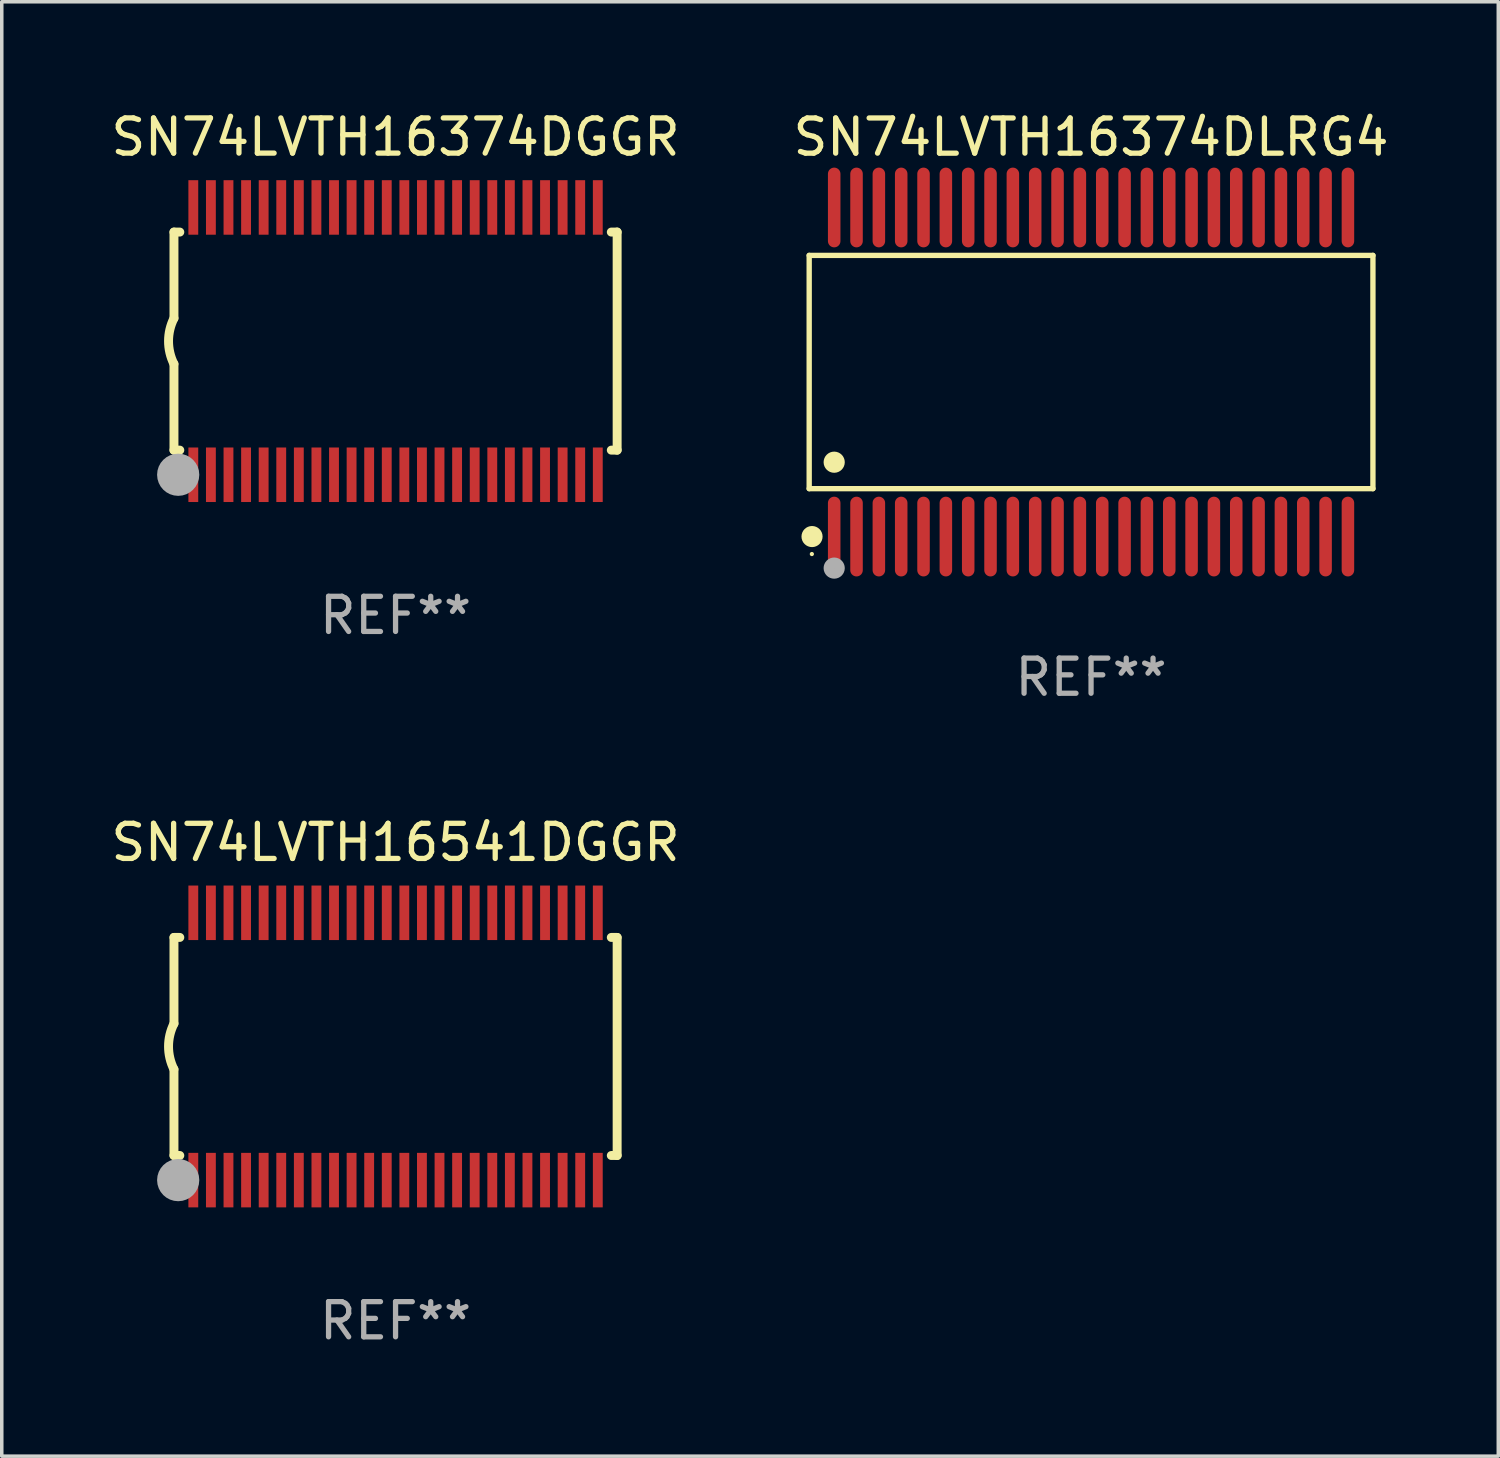
<source format=kicad_pcb>
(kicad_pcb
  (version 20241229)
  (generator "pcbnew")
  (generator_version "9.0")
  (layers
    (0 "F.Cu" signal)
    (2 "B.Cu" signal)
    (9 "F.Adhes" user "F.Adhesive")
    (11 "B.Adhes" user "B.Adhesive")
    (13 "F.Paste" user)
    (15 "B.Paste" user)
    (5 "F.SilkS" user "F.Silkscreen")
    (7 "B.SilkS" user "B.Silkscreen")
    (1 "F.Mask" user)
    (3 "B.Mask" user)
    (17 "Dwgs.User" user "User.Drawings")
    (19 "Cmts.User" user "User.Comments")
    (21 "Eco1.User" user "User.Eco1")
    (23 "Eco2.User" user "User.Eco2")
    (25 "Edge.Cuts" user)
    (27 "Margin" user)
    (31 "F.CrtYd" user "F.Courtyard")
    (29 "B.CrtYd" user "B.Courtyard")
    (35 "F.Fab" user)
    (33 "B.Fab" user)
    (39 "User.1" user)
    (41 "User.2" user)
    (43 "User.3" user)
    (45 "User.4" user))
  (footprint "SN74LVTH16374DGGR"
    (layer "F.Cu")
    (at 8.196 6.648)
    (property "Reference" "SN74LVTH16374DGGR" (at 0 -5.8 0) (layer "F.SilkS") (effects (font (size 1 1) (thickness 0.15))))
    (attr through_hole)
    (fp_line (start -6.3 -3.1) (end -6.3 -0.65) (stroke (width 0.254) (type solid)) (layer "F.SilkS"))
    (fp_line (start -6.3 -3.1) (end -6.134 -3.1) (stroke (width 0.254) (type solid)) (layer "F.SilkS"))
    (fp_line (start -6.3 3.1) (end -6.3 0.65) (stroke (width 0.254) (type solid)) (layer "F.SilkS"))
    (fp_line (start -6.3 3.1) (end -6.134 3.1) (stroke (width 0.254) (type solid)) (layer "F.SilkS"))
    (fp_line (start 6.134 -3.1) (end 6.3 -3.1) (stroke (width 0.254) (type solid)) (layer "F.SilkS"))
    (fp_line (start 6.134 3.1) (end 6.3 3.1) (stroke (width 0.254) (type solid)) (layer "F.SilkS"))
    (fp_line (start 6.3 -3.1) (end 6.3 3.1) (stroke (width 0.254) (type solid)) (layer "F.SilkS"))
    (fp_arc (start -6.301016 0.650114) (mid -6.45413 -0.000082) (end -6.3 -0.650038) (stroke (width 0.254001) (type solid)) (layer "F.SilkS"))
    (fp_circle (center -6.35 3.81) (end -6.223 3.81) (stroke (width 0.254) (type solid)) (fill no) (layer "F.SilkS"))
    (fp_circle (center -6.25 4.05) (end -6.22 4.05) (stroke (width 0.06) (type solid)) (fill no) (layer "F.SilkS"))
    (fp_circle (center -6.18 3.8) (end -5.88 3.8) (stroke (width 0.6) (type solid)) (fill no) (layer "F.Fab"))
    (fp_text user "REF**" (at 0 7.8 0) (layer "F.Fab") (effects (font (size 1 1) (thickness 0.15))))
    (pad "1" smd rect (at -5.75 3.8) (size 0.28 1.55) (layers "F.Cu" "F.Mask" "F.Paste"))
    (pad "2" smd rect (at -5.25 3.8) (size 0.28 1.55) (layers "F.Cu" "F.Mask" "F.Paste"))
    (pad "3" smd rect (at -4.75 3.8) (size 0.28 1.55) (layers "F.Cu" "F.Mask" "F.Paste"))
    (pad "4" smd rect (at -4.25 3.8) (size 0.28 1.55) (layers "F.Cu" "F.Mask" "F.Paste"))
    (pad "5" smd rect (at -3.75 3.8) (size 0.28 1.55) (layers "F.Cu" "F.Mask" "F.Paste"))
    (pad "6" smd rect (at -3.25 3.8) (size 0.28 1.55) (layers "F.Cu" "F.Mask" "F.Paste"))
    (pad "7" smd rect (at -2.75 3.8) (size 0.28 1.55) (layers "F.Cu" "F.Mask" "F.Paste"))
    (pad "8" smd rect (at -2.25 3.8) (size 0.28 1.55) (layers "F.Cu" "F.Mask" "F.Paste"))
    (pad "9" smd rect (at -1.75 3.8) (size 0.28 1.55) (layers "F.Cu" "F.Mask" "F.Paste"))
    (pad "10" smd rect (at -1.25 3.8) (size 0.28 1.55) (layers "F.Cu" "F.Mask" "F.Paste"))
    (pad "11" smd rect (at -0.75 3.8) (size 0.28 1.55) (layers "F.Cu" "F.Mask" "F.Paste"))
    (pad "12" smd rect (at -0.25 3.8) (size 0.28 1.55) (layers "F.Cu" "F.Mask" "F.Paste"))
    (pad "13" smd rect (at 0.25 3.8) (size 0.28 1.55) (layers "F.Cu" "F.Mask" "F.Paste"))
    (pad "14" smd rect (at 0.75 3.8) (size 0.28 1.55) (layers "F.Cu" "F.Mask" "F.Paste"))
    (pad "15" smd rect (at 1.25 3.8) (size 0.28 1.55) (layers "F.Cu" "F.Mask" "F.Paste"))
    (pad "16" smd rect (at 1.75 3.8) (size 0.28 1.55) (layers "F.Cu" "F.Mask" "F.Paste"))
    (pad "17" smd rect (at 2.25 3.8) (size 0.28 1.55) (layers "F.Cu" "F.Mask" "F.Paste"))
    (pad "18" smd rect (at 2.75 3.8) (size 0.28 1.55) (layers "F.Cu" "F.Mask" "F.Paste"))
    (pad "19" smd rect (at 3.25 3.8) (size 0.28 1.55) (layers "F.Cu" "F.Mask" "F.Paste"))
    (pad "20" smd rect (at 3.75 3.8) (size 0.28 1.55) (layers "F.Cu" "F.Mask" "F.Paste"))
    (pad "21" smd rect (at 4.25 3.8) (size 0.28 1.55) (layers "F.Cu" "F.Mask" "F.Paste"))
    (pad "22" smd rect (at 4.75 3.8) (size 0.28 1.55) (layers "F.Cu" "F.Mask" "F.Paste"))
    (pad "23" smd rect (at 5.25 3.8) (size 0.28 1.55) (layers "F.Cu" "F.Mask" "F.Paste"))
    (pad "24" smd rect (at 5.75 3.8) (size 0.28 1.55) (layers "F.Cu" "F.Mask" "F.Paste"))
    (pad "25" smd rect (at 5.75 -3.8) (size 0.28 1.55) (layers "F.Cu" "F.Mask" "F.Paste"))
    (pad "26" smd rect (at 5.25 -3.8) (size 0.28 1.55) (layers "F.Cu" "F.Mask" "F.Paste"))
    (pad "27" smd rect (at 4.75 -3.8) (size 0.28 1.55) (layers "F.Cu" "F.Mask" "F.Paste"))
    (pad "28" smd rect (at 4.25 -3.8) (size 0.28 1.55) (layers "F.Cu" "F.Mask" "F.Paste"))
    (pad "29" smd rect (at 3.75 -3.8) (size 0.28 1.55) (layers "F.Cu" "F.Mask" "F.Paste"))
    (pad "30" smd rect (at 3.25 -3.8) (size 0.28 1.55) (layers "F.Cu" "F.Mask" "F.Paste"))
    (pad "31" smd rect (at 2.75 -3.8) (size 0.28 1.55) (layers "F.Cu" "F.Mask" "F.Paste"))
    (pad "32" smd rect (at 2.25 -3.8) (size 0.28 1.55) (layers "F.Cu" "F.Mask" "F.Paste"))
    (pad "33" smd rect (at 1.75 -3.8) (size 0.28 1.55) (layers "F.Cu" "F.Mask" "F.Paste"))
    (pad "34" smd rect (at 1.25 -3.8) (size 0.28 1.55) (layers "F.Cu" "F.Mask" "F.Paste"))
    (pad "35" smd rect (at 0.75 -3.8) (size 0.28 1.55) (layers "F.Cu" "F.Mask" "F.Paste"))
    (pad "36" smd rect (at 0.25 -3.8) (size 0.28 1.55) (layers "F.Cu" "F.Mask" "F.Paste"))
    (pad "37" smd rect (at -0.25 -3.8) (size 0.28 1.55) (layers "F.Cu" "F.Mask" "F.Paste"))
    (pad "38" smd rect (at -0.75 -3.8) (size 0.28 1.55) (layers "F.Cu" "F.Mask" "F.Paste"))
    (pad "39" smd rect (at -1.25 -3.8) (size 0.28 1.55) (layers "F.Cu" "F.Mask" "F.Paste"))
    (pad "40" smd rect (at -1.75 -3.8) (size 0.28 1.55) (layers "F.Cu" "F.Mask" "F.Paste"))
    (pad "41" smd rect (at -2.25 -3.8) (size 0.28 1.55) (layers "F.Cu" "F.Mask" "F.Paste"))
    (pad "42" smd rect (at -2.75 -3.8) (size 0.28 1.55) (layers "F.Cu" "F.Mask" "F.Paste"))
    (pad "43" smd rect (at -3.25 -3.8) (size 0.28 1.55) (layers "F.Cu" "F.Mask" "F.Paste"))
    (pad "44" smd rect (at -3.75 -3.8) (size 0.28 1.55) (layers "F.Cu" "F.Mask" "F.Paste"))
    (pad "45" smd rect (at -4.25 -3.8) (size 0.28 1.55) (layers "F.Cu" "F.Mask" "F.Paste"))
    (pad "46" smd rect (at -4.75 -3.8) (size 0.28 1.55) (layers "F.Cu" "F.Mask" "F.Paste"))
    (pad "47" smd rect (at -5.25 -3.8) (size 0.28 1.55) (layers "F.Cu" "F.Mask" "F.Paste"))
    (pad "48" smd rect (at -5.75 -3.8) (size 0.28 1.55) (layers "F.Cu" "F.Mask" "F.Paste")))
  (footprint "SN74LVTH16374DLRG4"
    (layer "F.Cu")
    (at 27.97 7.527)
    (property "Reference" "SN74LVTH16374DLRG4" (at 0 -6.678 0) (layer "F.SilkS") (effects (font (size 1 1) (thickness 0.15))))
    (attr through_hole)
    (fp_line (start -8.014 -3.316) (end 8.014 -3.316) (stroke (width 0.152) (type solid)) (layer "F.SilkS"))
    (fp_line (start -8.014 3.316) (end -8.014 -3.316) (stroke (width 0.152) (type solid)) (layer "F.SilkS"))
    (fp_line (start 8.014 -3.316) (end 8.014 3.316) (stroke (width 0.152) (type solid)) (layer "F.SilkS"))
    (fp_line (start 8.014 3.316) (end -8.014 3.316) (stroke (width 0.152) (type solid)) (layer "F.SilkS"))
    (fp_circle (center -7.938 5.175) (end -7.908 5.175) (stroke (width 0.06) (type solid)) (fill no) (layer "F.SilkS"))
    (fp_circle (center -7.933 4.678) (end -7.783 4.678) (stroke (width 0.3) (type solid)) (fill no) (layer "F.SilkS"))
    (fp_circle (center -7.303 2.564) (end -7.152 2.564) (stroke (width 0.3) (type solid)) (fill no) (layer "F.SilkS"))
    (fp_circle (center -7.303 5.575) (end -7.152 5.575) (stroke (width 0.3) (type solid)) (fill no) (layer "F.Fab"))
    (fp_text user "REF**" (at 0 8.678 0) (layer "F.Fab") (effects (font (size 1 1) (thickness 0.15))))
    (pad "1" smd oval (at -7.303 4.678) (size 0.356 2.267) (layers "F.Cu" "F.Mask" "F.Paste"))
    (pad "2" smd oval (at -6.668 4.678) (size 0.356 2.267) (layers "F.Cu" "F.Mask" "F.Paste"))
    (pad "3" smd oval (at -6.033 4.678) (size 0.356 2.267) (layers "F.Cu" "F.Mask" "F.Paste"))
    (pad "4" smd oval (at -5.398 4.678) (size 0.356 2.267) (layers "F.Cu" "F.Mask" "F.Paste"))
    (pad "5" smd oval (at -4.763 4.678) (size 0.356 2.267) (layers "F.Cu" "F.Mask" "F.Paste"))
    (pad "6" smd oval (at -4.128 4.678) (size 0.356 2.267) (layers "F.Cu" "F.Mask" "F.Paste"))
    (pad "7" smd oval (at -3.493 4.678) (size 0.356 2.267) (layers "F.Cu" "F.Mask" "F.Paste"))
    (pad "8" smd oval (at -2.858 4.678) (size 0.356 2.267) (layers "F.Cu" "F.Mask" "F.Paste"))
    (pad "9" smd oval (at -2.223 4.678) (size 0.356 2.267) (layers "F.Cu" "F.Mask" "F.Paste"))
    (pad "10" smd oval (at -1.588 4.678) (size 0.356 2.267) (layers "F.Cu" "F.Mask" "F.Paste"))
    (pad "11" smd oval (at -0.953 4.678) (size 0.356 2.267) (layers "F.Cu" "F.Mask" "F.Paste"))
    (pad "12" smd oval (at -0.318 4.678) (size 0.356 2.267) (layers "F.Cu" "F.Mask" "F.Paste"))
    (pad "13" smd oval (at 0.318 4.678) (size 0.356 2.267) (layers "F.Cu" "F.Mask" "F.Paste"))
    (pad "14" smd oval (at 0.953 4.678) (size 0.356 2.267) (layers "F.Cu" "F.Mask" "F.Paste"))
    (pad "15" smd oval (at 1.588 4.678) (size 0.356 2.267) (layers "F.Cu" "F.Mask" "F.Paste"))
    (pad "16" smd oval (at 2.223 4.678) (size 0.356 2.267) (layers "F.Cu" "F.Mask" "F.Paste"))
    (pad "17" smd oval (at 2.858 4.678) (size 0.356 2.267) (layers "F.Cu" "F.Mask" "F.Paste"))
    (pad "18" smd oval (at 3.493 4.678) (size 0.356 2.267) (layers "F.Cu" "F.Mask" "F.Paste"))
    (pad "19" smd oval (at 4.128 4.678) (size 0.356 2.267) (layers "F.Cu" "F.Mask" "F.Paste"))
    (pad "20" smd oval (at 4.763 4.678) (size 0.356 2.267) (layers "F.Cu" "F.Mask" "F.Paste"))
    (pad "21" smd oval (at 5.398 4.678) (size 0.356 2.267) (layers "F.Cu" "F.Mask" "F.Paste"))
    (pad "22" smd oval (at 6.033 4.678) (size 0.356 2.267) (layers "F.Cu" "F.Mask" "F.Paste"))
    (pad "23" smd oval (at 6.668 4.678) (size 0.356 2.267) (layers "F.Cu" "F.Mask" "F.Paste"))
    (pad "24" smd oval (at 7.303 4.678) (size 0.356 2.267) (layers "F.Cu" "F.Mask" "F.Paste"))
    (pad "25" smd oval (at 7.303 -4.678) (size 0.356 2.267) (layers "F.Cu" "F.Mask" "F.Paste"))
    (pad "26" smd oval (at 6.668 -4.678) (size 0.356 2.267) (layers "F.Cu" "F.Mask" "F.Paste"))
    (pad "27" smd oval (at 6.033 -4.678) (size 0.356 2.267) (layers "F.Cu" "F.Mask" "F.Paste"))
    (pad "28" smd oval (at 5.398 -4.678) (size 0.356 2.267) (layers "F.Cu" "F.Mask" "F.Paste"))
    (pad "29" smd oval (at 4.763 -4.678) (size 0.356 2.267) (layers "F.Cu" "F.Mask" "F.Paste"))
    (pad "30" smd oval (at 4.128 -4.678) (size 0.356 2.267) (layers "F.Cu" "F.Mask" "F.Paste"))
    (pad "31" smd oval (at 3.493 -4.678) (size 0.356 2.267) (layers "F.Cu" "F.Mask" "F.Paste"))
    (pad "32" smd oval (at 2.858 -4.678) (size 0.356 2.267) (layers "F.Cu" "F.Mask" "F.Paste"))
    (pad "33" smd oval (at 2.223 -4.678) (size 0.356 2.267) (layers "F.Cu" "F.Mask" "F.Paste"))
    (pad "34" smd oval (at 1.588 -4.678) (size 0.356 2.267) (layers "F.Cu" "F.Mask" "F.Paste"))
    (pad "35" smd oval (at 0.953 -4.678) (size 0.356 2.267) (layers "F.Cu" "F.Mask" "F.Paste"))
    (pad "36" smd oval (at 0.318 -4.678) (size 0.356 2.267) (layers "F.Cu" "F.Mask" "F.Paste"))
    (pad "37" smd oval (at -0.318 -4.678) (size 0.356 2.267) (layers "F.Cu" "F.Mask" "F.Paste"))
    (pad "38" smd oval (at -0.953 -4.678) (size 0.356 2.267) (layers "F.Cu" "F.Mask" "F.Paste"))
    (pad "39" smd oval (at -1.588 -4.678) (size 0.356 2.267) (layers "F.Cu" "F.Mask" "F.Paste"))
    (pad "40" smd oval (at -2.223 -4.678) (size 0.356 2.267) (layers "F.Cu" "F.Mask" "F.Paste"))
    (pad "41" smd oval (at -2.858 -4.678) (size 0.356 2.267) (layers "F.Cu" "F.Mask" "F.Paste"))
    (pad "42" smd oval (at -3.493 -4.678) (size 0.356 2.267) (layers "F.Cu" "F.Mask" "F.Paste"))
    (pad "43" smd oval (at -4.128 -4.678) (size 0.356 2.267) (layers "F.Cu" "F.Mask" "F.Paste"))
    (pad "44" smd oval (at -4.763 -4.678) (size 0.356 2.267) (layers "F.Cu" "F.Mask" "F.Paste"))
    (pad "45" smd oval (at -5.398 -4.678) (size 0.356 2.267) (layers "F.Cu" "F.Mask" "F.Paste"))
    (pad "46" smd oval (at -6.033 -4.678) (size 0.356 2.267) (layers "F.Cu" "F.Mask" "F.Paste"))
    (pad "47" smd oval (at -6.668 -4.678) (size 0.356 2.267) (layers "F.Cu" "F.Mask" "F.Paste"))
    (pad "48" smd oval (at -7.303 -4.678) (size 0.356 2.267) (layers "F.Cu" "F.Mask" "F.Paste")))
  (footprint "SN74LVTH16541DGGR"
    (layer "F.Cu")
    (at 8.196 26.702)
    (property "Reference" "SN74LVTH16541DGGR" (at 0 -5.8 0) (layer "F.SilkS") (effects (font (size 1 1) (thickness 0.15))))
    (attr through_hole)
    (fp_line (start -6.3 -3.1) (end -6.3 -0.65) (stroke (width 0.254) (type solid)) (layer "F.SilkS"))
    (fp_line (start -6.3 -3.1) (end -6.134 -3.1) (stroke (width 0.254) (type solid)) (layer "F.SilkS"))
    (fp_line (start -6.3 3.1) (end -6.3 0.65) (stroke (width 0.254) (type solid)) (layer "F.SilkS"))
    (fp_line (start -6.3 3.1) (end -6.134 3.1) (stroke (width 0.254) (type solid)) (layer "F.SilkS"))
    (fp_line (start 6.134 -3.1) (end 6.3 -3.1) (stroke (width 0.254) (type solid)) (layer "F.SilkS"))
    (fp_line (start 6.134 3.1) (end 6.3 3.1) (stroke (width 0.254) (type solid)) (layer "F.SilkS"))
    (fp_line (start 6.3 -3.1) (end 6.3 3.1) (stroke (width 0.254) (type solid)) (layer "F.SilkS"))
    (fp_arc (start -6.301016 0.650114) (mid -6.45413 -0.000082) (end -6.3 -0.650038) (stroke (width 0.254001) (type solid)) (layer "F.SilkS"))
    (fp_circle (center -6.35 3.81) (end -6.223 3.81) (stroke (width 0.254) (type solid)) (fill no) (layer "F.SilkS"))
    (fp_circle (center -6.25 4.05) (end -6.22 4.05) (stroke (width 0.06) (type solid)) (fill no) (layer "F.SilkS"))
    (fp_circle (center -6.18 3.8) (end -5.88 3.8) (stroke (width 0.6) (type solid)) (fill no) (layer "F.Fab"))
    (fp_text user "REF**" (at 0 7.8 0) (layer "F.Fab") (effects (font (size 1 1) (thickness 0.15))))
    (pad "1" smd rect (at -5.75 3.8) (size 0.28 1.55) (layers "F.Cu" "F.Mask" "F.Paste"))
    (pad "2" smd rect (at -5.25 3.8) (size 0.28 1.55) (layers "F.Cu" "F.Mask" "F.Paste"))
    (pad "3" smd rect (at -4.75 3.8) (size 0.28 1.55) (layers "F.Cu" "F.Mask" "F.Paste"))
    (pad "4" smd rect (at -4.25 3.8) (size 0.28 1.55) (layers "F.Cu" "F.Mask" "F.Paste"))
    (pad "5" smd rect (at -3.75 3.8) (size 0.28 1.55) (layers "F.Cu" "F.Mask" "F.Paste"))
    (pad "6" smd rect (at -3.25 3.8) (size 0.28 1.55) (layers "F.Cu" "F.Mask" "F.Paste"))
    (pad "7" smd rect (at -2.75 3.8) (size 0.28 1.55) (layers "F.Cu" "F.Mask" "F.Paste"))
    (pad "8" smd rect (at -2.25 3.8) (size 0.28 1.55) (layers "F.Cu" "F.Mask" "F.Paste"))
    (pad "9" smd rect (at -1.75 3.8) (size 0.28 1.55) (layers "F.Cu" "F.Mask" "F.Paste"))
    (pad "10" smd rect (at -1.25 3.8) (size 0.28 1.55) (layers "F.Cu" "F.Mask" "F.Paste"))
    (pad "11" smd rect (at -0.75 3.8) (size 0.28 1.55) (layers "F.Cu" "F.Mask" "F.Paste"))
    (pad "12" smd rect (at -0.25 3.8) (size 0.28 1.55) (layers "F.Cu" "F.Mask" "F.Paste"))
    (pad "13" smd rect (at 0.25 3.8) (size 0.28 1.55) (layers "F.Cu" "F.Mask" "F.Paste"))
    (pad "14" smd rect (at 0.75 3.8) (size 0.28 1.55) (layers "F.Cu" "F.Mask" "F.Paste"))
    (pad "15" smd rect (at 1.25 3.8) (size 0.28 1.55) (layers "F.Cu" "F.Mask" "F.Paste"))
    (pad "16" smd rect (at 1.75 3.8) (size 0.28 1.55) (layers "F.Cu" "F.Mask" "F.Paste"))
    (pad "17" smd rect (at 2.25 3.8) (size 0.28 1.55) (layers "F.Cu" "F.Mask" "F.Paste"))
    (pad "18" smd rect (at 2.75 3.8) (size 0.28 1.55) (layers "F.Cu" "F.Mask" "F.Paste"))
    (pad "19" smd rect (at 3.25 3.8) (size 0.28 1.55) (layers "F.Cu" "F.Mask" "F.Paste"))
    (pad "20" smd rect (at 3.75 3.8) (size 0.28 1.55) (layers "F.Cu" "F.Mask" "F.Paste"))
    (pad "21" smd rect (at 4.25 3.8) (size 0.28 1.55) (layers "F.Cu" "F.Mask" "F.Paste"))
    (pad "22" smd rect (at 4.75 3.8) (size 0.28 1.55) (layers "F.Cu" "F.Mask" "F.Paste"))
    (pad "23" smd rect (at 5.25 3.8) (size 0.28 1.55) (layers "F.Cu" "F.Mask" "F.Paste"))
    (pad "24" smd rect (at 5.75 3.8) (size 0.28 1.55) (layers "F.Cu" "F.Mask" "F.Paste"))
    (pad "25" smd rect (at 5.75 -3.8) (size 0.28 1.55) (layers "F.Cu" "F.Mask" "F.Paste"))
    (pad "26" smd rect (at 5.25 -3.8) (size 0.28 1.55) (layers "F.Cu" "F.Mask" "F.Paste"))
    (pad "27" smd rect (at 4.75 -3.8) (size 0.28 1.55) (layers "F.Cu" "F.Mask" "F.Paste"))
    (pad "28" smd rect (at 4.25 -3.8) (size 0.28 1.55) (layers "F.Cu" "F.Mask" "F.Paste"))
    (pad "29" smd rect (at 3.75 -3.8) (size 0.28 1.55) (layers "F.Cu" "F.Mask" "F.Paste"))
    (pad "30" smd rect (at 3.25 -3.8) (size 0.28 1.55) (layers "F.Cu" "F.Mask" "F.Paste"))
    (pad "31" smd rect (at 2.75 -3.8) (size 0.28 1.55) (layers "F.Cu" "F.Mask" "F.Paste"))
    (pad "32" smd rect (at 2.25 -3.8) (size 0.28 1.55) (layers "F.Cu" "F.Mask" "F.Paste"))
    (pad "33" smd rect (at 1.75 -3.8) (size 0.28 1.55) (layers "F.Cu" "F.Mask" "F.Paste"))
    (pad "34" smd rect (at 1.25 -3.8) (size 0.28 1.55) (layers "F.Cu" "F.Mask" "F.Paste"))
    (pad "35" smd rect (at 0.75 -3.8) (size 0.28 1.55) (layers "F.Cu" "F.Mask" "F.Paste"))
    (pad "36" smd rect (at 0.25 -3.8) (size 0.28 1.55) (layers "F.Cu" "F.Mask" "F.Paste"))
    (pad "37" smd rect (at -0.25 -3.8) (size 0.28 1.55) (layers "F.Cu" "F.Mask" "F.Paste"))
    (pad "38" smd rect (at -0.75 -3.8) (size 0.28 1.55) (layers "F.Cu" "F.Mask" "F.Paste"))
    (pad "39" smd rect (at -1.25 -3.8) (size 0.28 1.55) (layers "F.Cu" "F.Mask" "F.Paste"))
    (pad "40" smd rect (at -1.75 -3.8) (size 0.28 1.55) (layers "F.Cu" "F.Mask" "F.Paste"))
    (pad "41" smd rect (at -2.25 -3.8) (size 0.28 1.55) (layers "F.Cu" "F.Mask" "F.Paste"))
    (pad "42" smd rect (at -2.75 -3.8) (size 0.28 1.55) (layers "F.Cu" "F.Mask" "F.Paste"))
    (pad "43" smd rect (at -3.25 -3.8) (size 0.28 1.55) (layers "F.Cu" "F.Mask" "F.Paste"))
    (pad "44" smd rect (at -3.75 -3.8) (size 0.28 1.55) (layers "F.Cu" "F.Mask" "F.Paste"))
    (pad "45" smd rect (at -4.25 -3.8) (size 0.28 1.55) (layers "F.Cu" "F.Mask" "F.Paste"))
    (pad "46" smd rect (at -4.75 -3.8) (size 0.28 1.55) (layers "F.Cu" "F.Mask" "F.Paste"))
    (pad "47" smd rect (at -5.25 -3.8) (size 0.28 1.55) (layers "F.Cu" "F.Mask" "F.Paste"))
    (pad "48" smd rect (at -5.75 -3.8) (size 0.28 1.55) (layers "F.Cu" "F.Mask" "F.Paste")))
  (gr_rect
    (start -3 -3)
    (end 39.548 38.35)
    (stroke (width 0.1) (type default))
    (fill no)
    (layer "Edge.Cuts")))
</source>
